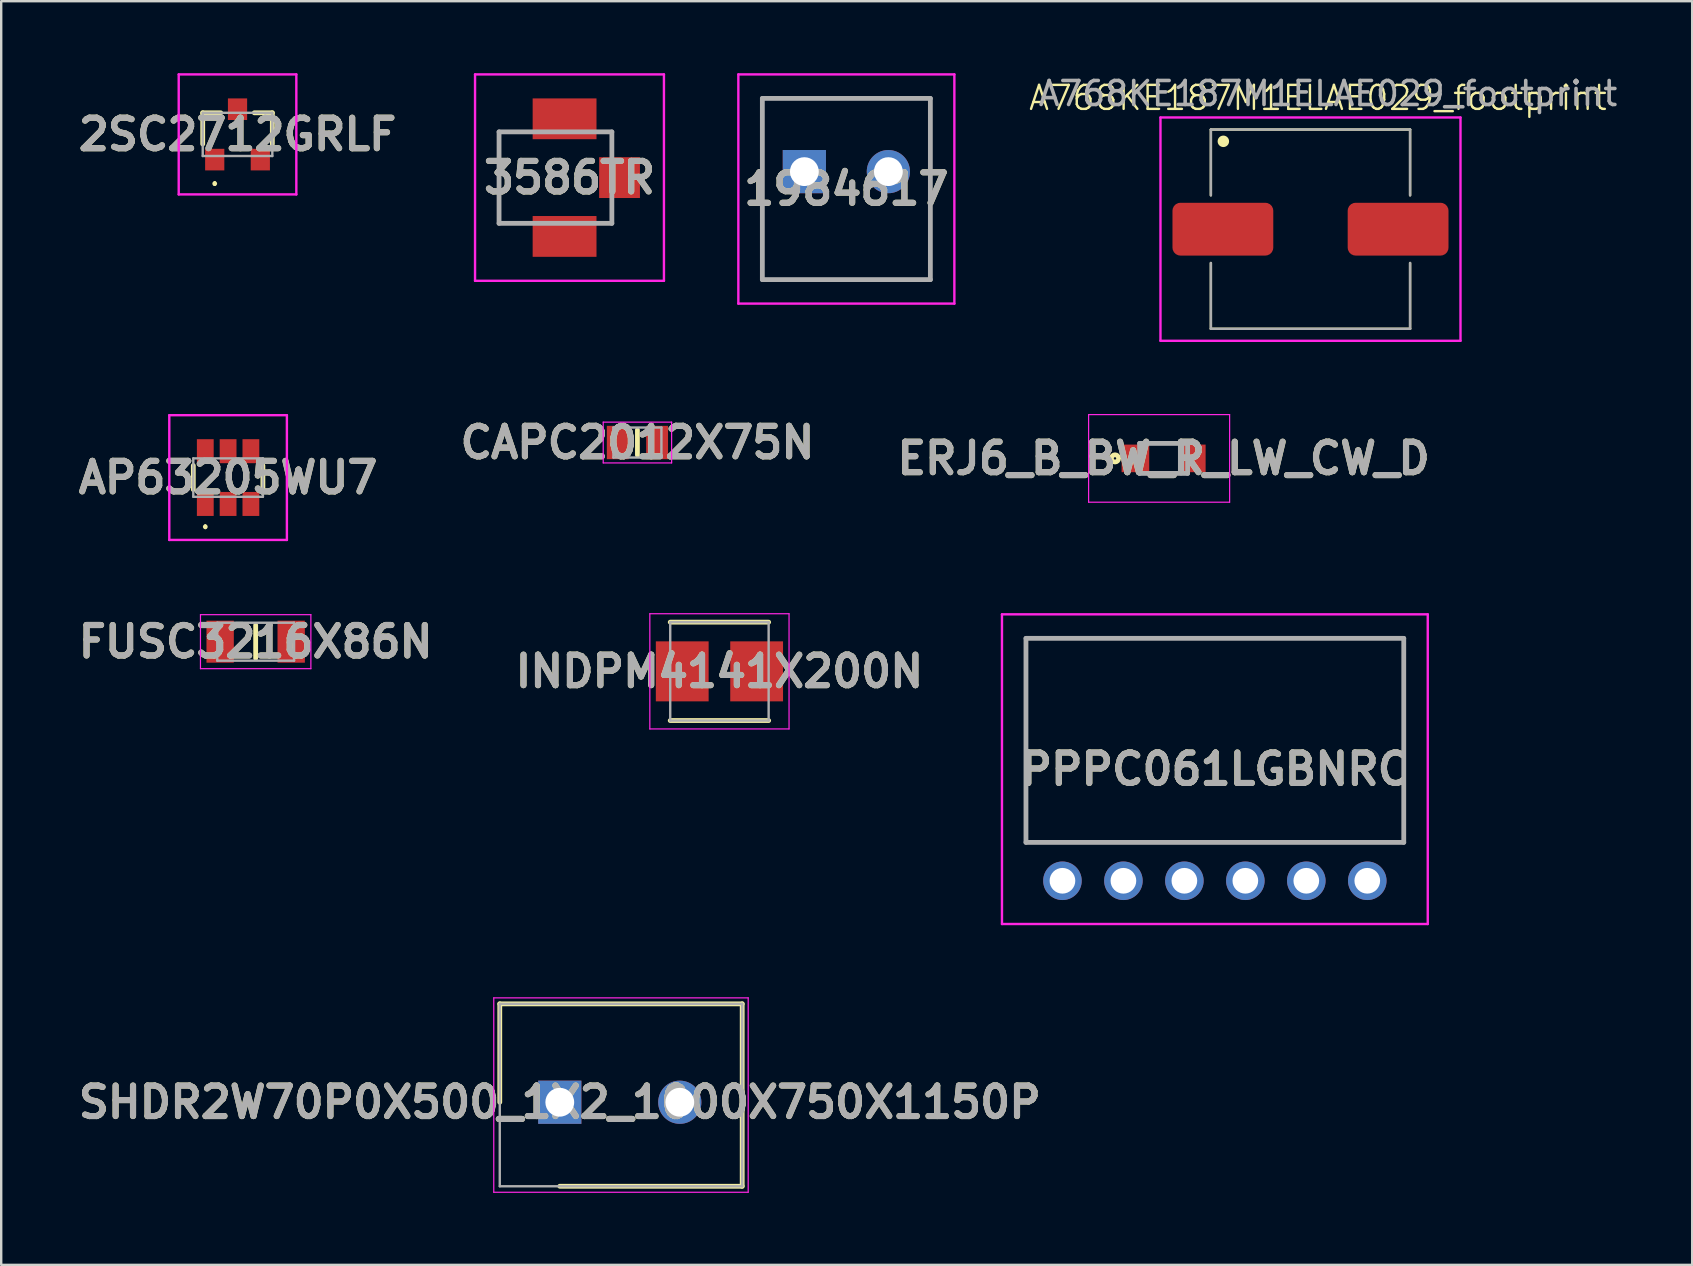
<source format=kicad_pcb>
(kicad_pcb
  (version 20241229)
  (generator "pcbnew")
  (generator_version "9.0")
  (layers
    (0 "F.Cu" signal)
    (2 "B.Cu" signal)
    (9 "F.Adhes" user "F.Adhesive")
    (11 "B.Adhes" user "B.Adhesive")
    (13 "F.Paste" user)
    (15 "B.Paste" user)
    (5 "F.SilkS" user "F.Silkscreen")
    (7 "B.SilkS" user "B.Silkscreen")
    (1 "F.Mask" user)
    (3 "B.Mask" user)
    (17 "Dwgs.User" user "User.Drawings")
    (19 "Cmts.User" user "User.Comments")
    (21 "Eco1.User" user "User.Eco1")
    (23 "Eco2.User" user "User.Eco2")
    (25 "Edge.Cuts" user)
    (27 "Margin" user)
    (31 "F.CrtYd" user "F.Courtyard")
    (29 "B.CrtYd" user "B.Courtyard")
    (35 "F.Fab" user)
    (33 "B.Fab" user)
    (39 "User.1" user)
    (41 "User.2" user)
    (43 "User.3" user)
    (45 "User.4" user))
  (footprint "PPPC061LGBNRC"
    (layer "F.Cu")
    (at 41.215 33.646)
    (property "Reference" "PPPC061LGBNRC" (at 6.35 -4.649 0) (layer "F.SilkS") (effects (font (size 1.27 1.27) (thickness 0.254))))
    (attr through_hole)
    (fp_line (start -1.52 -10.1) (end 14.22 -10.1) (stroke (width 0.1) (type solid)) (layer "F.SilkS"))
    (fp_line (start -1.52 -1.6) (end -1.52 -10.1) (stroke (width 0.1) (type solid)) (layer "F.SilkS"))
    (fp_line (start 14.22 -10.1) (end 14.22 -1.6) (stroke (width 0.1) (type solid)) (layer "F.SilkS"))
    (fp_line (start 14.22 -1.6) (end -1.52 -1.6) (stroke (width 0.1) (type solid)) (layer "F.SilkS"))
    (fp_line (start -2.52 -11.1) (end 15.22 -11.1) (stroke (width 0.1) (type solid)) (layer "F.CrtYd"))
    (fp_line (start -2.52 1.802) (end -2.52 -11.1) (stroke (width 0.1) (type solid)) (layer "F.CrtYd"))
    (fp_line (start 15.22 -11.1) (end 15.22 1.802) (stroke (width 0.1) (type solid)) (layer "F.CrtYd"))
    (fp_line (start 15.22 1.802) (end -2.52 1.802) (stroke (width 0.1) (type solid)) (layer "F.CrtYd"))
    (fp_line (start -1.52 -10.1) (end 14.22 -10.1) (stroke (width 0.2) (type solid)) (layer "F.Fab"))
    (fp_line (start -1.52 -1.6) (end -1.52 -10.1) (stroke (width 0.2) (type solid)) (layer "F.Fab"))
    (fp_line (start 14.22 -10.1) (end 14.22 -1.6) (stroke (width 0.2) (type solid)) (layer "F.Fab"))
    (fp_line (start 14.22 -1.6) (end -1.52 -1.6) (stroke (width 0.2) (type solid)) (layer "F.Fab"))
    (fp_text user "${REFERENCE}" (at 6.35 -4.649 0) (layer "F.Fab") (effects (font (size 1.27 1.27) (thickness 0.254))))
    (pad "1" thru_hole circle (at 0 0) (size 1.605 1.605) (drill 1.07) (layers "*.Cu" "*.Mask"))
    (pad "2" thru_hole circle (at 2.54 0) (size 1.605 1.605) (drill 1.07) (layers "*.Cu" "*.Mask"))
    (pad "3" thru_hole circle (at 5.08 0) (size 1.605 1.605) (drill 1.07) (layers "*.Cu" "*.Mask"))
    (pad "4" thru_hole circle (at 7.62 0) (size 1.605 1.605) (drill 1.07) (layers "*.Cu" "*.Mask"))
    (pad "5" thru_hole circle (at 10.16 0) (size 1.605 1.605) (drill 1.07) (layers "*.Cu" "*.Mask"))
    (pad "6" thru_hole circle (at 12.7 0) (size 1.605 1.605) (drill 1.07) (layers "*.Cu" "*.Mask")))
  (footprint "ERJ6_B_BW_R_LW_CW_D"
    (layer "F.Cu")
    (at 45.43 16.048)
    (property "Reference" "ERJ6_B_BW_R_LW_CW_D" (at 0 0 0) (layer "F.SilkS") (effects (font (size 1.27 1.27) (thickness 0.254))))
    (attr smd)
    (fp_circle (center -2.025 0) (end -2.025 0.05) (stroke (width 0.2) (type solid)) (fill no) (layer "F.SilkS"))
    (fp_line (start -3.125 -1.825) (end 2.75 -1.825) (stroke (width 0.05) (type solid)) (layer "F.CrtYd"))
    (fp_line (start -3.125 1.825) (end -3.125 -1.825) (stroke (width 0.05) (type solid)) (layer "F.CrtYd"))
    (fp_line (start 2.75 -1.825) (end 2.75 1.825) (stroke (width 0.05) (type solid)) (layer "F.CrtYd"))
    (fp_line (start 2.75 1.825) (end -3.125 1.825) (stroke (width 0.05) (type solid)) (layer "F.CrtYd"))
    (fp_line (start -1 -0.625) (end 1 -0.625) (stroke (width 0.2) (type solid)) (layer "F.Fab"))
    (fp_line (start -1 0.625) (end -1 -0.625) (stroke (width 0.2) (type solid)) (layer "F.Fab"))
    (fp_line (start 1 -0.625) (end 1 0.625) (stroke (width 0.2) (type solid)) (layer "F.Fab"))
    (fp_line (start 1 0.625) (end -1 0.625) (stroke (width 0.2) (type solid)) (layer "F.Fab"))
    (fp_text user "${REFERENCE}" (at 0 0 0) (layer "F.Fab") (effects (font (size 1.27 1.27) (thickness 0.254))))
    (pad "1" smd rect (at -1.175 0 90) (size 1.15 1.15) (layers "F.Cu" "F.Mask" "F.Paste"))
    (pad "2" smd rect (at 1.175 0 90) (size 1.15 1.15) (layers "F.Cu" "F.Mask" "F.Paste")))
  (footprint "AP63205WU7"
    (layer "F.Cu")
    (at 6.453 16.847)
    (property "Reference" "AP63205WU7" (at 0 0 0) (layer "F.SilkS") (effects (font (size 1.27 1.27) (thickness 0.254))))
    (attr smd)
    (fp_line (start -1.45 -0.5) (end -1.45 0.5) (stroke (width 0.2) (type solid)) (layer "F.SilkS"))
    (fp_line (start -0.95 2) (end -0.95 2) (stroke (width 0.1) (type solid)) (layer "F.SilkS"))
    (fp_line (start -0.95 2.1) (end -0.95 2.1) (stroke (width 0.1) (type solid)) (layer "F.SilkS"))
    (fp_line (start 1.45 -0.5) (end 1.45 0.5) (stroke (width 0.2) (type solid)) (layer "F.SilkS"))
    (fp_arc (start -0.95 2) (mid -0.9 2.05) (end -0.95 2.1) (stroke (width 0.1) (type solid)) (layer "F.SilkS"))
    (fp_arc (start -0.95 2.1) (mid -1 2.05) (end -0.95 2) (stroke (width 0.1) (type solid)) (layer "F.SilkS"))
    (fp_line (start -2.45 -2.599) (end 2.45 -2.599) (stroke (width 0.1) (type solid)) (layer "F.CrtYd"))
    (fp_line (start -2.45 2.599) (end -2.45 -2.599) (stroke (width 0.1) (type solid)) (layer "F.CrtYd"))
    (fp_line (start 2.45 -2.599) (end 2.45 2.599) (stroke (width 0.1) (type solid)) (layer "F.CrtYd"))
    (fp_line (start 2.45 2.599) (end -2.45 2.599) (stroke (width 0.1) (type solid)) (layer "F.CrtYd"))
    (fp_line (start -1.45 -0.8) (end 1.45 -0.8) (stroke (width 0.1) (type solid)) (layer "F.Fab"))
    (fp_line (start -1.45 0.8) (end -1.45 -0.8) (stroke (width 0.1) (type solid)) (layer "F.Fab"))
    (fp_line (start 1.45 -0.8) (end 1.45 0.8) (stroke (width 0.1) (type solid)) (layer "F.Fab"))
    (fp_line (start 1.45 0.8) (end -1.45 0.8) (stroke (width 0.1) (type solid)) (layer "F.Fab"))
    (fp_text user "${REFERENCE}" (at 0 0 0) (layer "F.Fab") (effects (font (size 1.27 1.27) (thickness 0.254))))
    (pad "1" smd rect (at -0.95 1.099) (size 0.7 1) (layers "F.Cu" "F.Mask" "F.Paste"))
    (pad "2" smd rect (at 0 1.099) (size 0.7 1) (layers "F.Cu" "F.Mask" "F.Paste"))
    (pad "3" smd rect (at 0.95 1.099) (size 0.7 1) (layers "F.Cu" "F.Mask" "F.Paste"))
    (pad "4" smd rect (at 0.95 -1.099) (size 0.7 1) (layers "F.Cu" "F.Mask" "F.Paste"))
    (pad "5" smd rect (at 0 -1.099) (size 0.7 1) (layers "F.Cu" "F.Mask" "F.Paste"))
    (pad "6" smd rect (at -0.95 -1.099) (size 0.7 1) (layers "F.Cu" "F.Mask" "F.Paste")))
  (footprint "3586TR"
    (layer "F.Cu")
    (at 20.472 4.35)
    (property "Reference" "3586TR" (at 0.205 0 0) (layer "F.SilkS") (effects (font (size 1.27 1.27) (thickness 0.254))))
    (attr smd)
    (fp_line (start -2.73 -1.905) (end -2.73 1.905) (stroke (width 0.1) (type solid)) (layer "F.SilkS"))
    (fp_line (start -2.73 1.905) (end -1.82 1.905) (stroke (width 0.1) (type solid)) (layer "F.SilkS"))
    (fp_line (start -1.82 -1.905) (end -2.73 -1.905) (stroke (width 0.1) (type solid)) (layer "F.SilkS"))
    (fp_line (start -3.73 -4.3) (end 4.14 -4.3) (stroke (width 0.1) (type solid)) (layer "F.CrtYd"))
    (fp_line (start -3.73 4.3) (end -3.73 -4.3) (stroke (width 0.1) (type solid)) (layer "F.CrtYd"))
    (fp_line (start 4.14 -4.3) (end 4.14 4.3) (stroke (width 0.1) (type solid)) (layer "F.CrtYd"))
    (fp_line (start 4.14 4.3) (end -3.73 4.3) (stroke (width 0.1) (type solid)) (layer "F.CrtYd"))
    (fp_line (start -2.73 -1.905) (end 1.97 -1.905) (stroke (width 0.2) (type solid)) (layer "F.Fab"))
    (fp_line (start -2.73 1.905) (end -2.73 -1.905) (stroke (width 0.2) (type solid)) (layer "F.Fab"))
    (fp_line (start 1.97 -1.905) (end 1.97 1.905) (stroke (width 0.2) (type solid)) (layer "F.Fab"))
    (fp_line (start 1.97 1.905) (end -2.73 1.905) (stroke (width 0.2) (type solid)) (layer "F.Fab"))
    (fp_text user "${REFERENCE}" (at 0.205 0 0) (layer "F.Fab") (effects (font (size 1.27 1.27) (thickness 0.254))))
    (pad "1" smd rect (at 0 2.45 90) (size 1.7 2.66) (layers "F.Cu" "F.Mask" "F.Paste"))
    (pad "2" smd rect (at 2.29 0 90) (size 1.7 1.7) (layers "F.Cu" "F.Mask" "F.Paste"))
    (pad "3" smd rect (at 0 -2.45 90) (size 1.7 2.66) (layers "F.Cu" "F.Mask" "F.Paste")))
  (footprint "SHDR2W70P0X500_1X2_1000X750X1150P"
    (layer "F.Cu")
    (at 20.272 42.873)
    (property "Reference" "SHDR2W70P0X500_1X2_1000X750X1150P" (at 0 0 0) (layer "F.SilkS") (effects (font (size 1.27 1.27) (thickness 0.254))))
    (attr through_hole)
    (fp_line (start -2.5 -4.1) (end -2.5 0) (stroke (width 0.2) (type solid)) (layer "F.SilkS"))
    (fp_line (start 0 3.5) (end 7.6 3.5) (stroke (width 0.2) (type solid)) (layer "F.SilkS"))
    (fp_line (start 7.6 -4.1) (end -2.5 -4.1) (stroke (width 0.2) (type solid)) (layer "F.SilkS"))
    (fp_line (start 7.6 3.5) (end 7.6 -4.1) (stroke (width 0.2) (type solid)) (layer "F.SilkS"))
    (fp_line (start -2.75 -4.35) (end 7.85 -4.35) (stroke (width 0.05) (type solid)) (layer "F.CrtYd"))
    (fp_line (start -2.75 3.75) (end -2.75 -4.35) (stroke (width 0.05) (type solid)) (layer "F.CrtYd"))
    (fp_line (start 7.85 -4.35) (end 7.85 3.75) (stroke (width 0.05) (type solid)) (layer "F.CrtYd"))
    (fp_line (start 7.85 3.75) (end -2.75 3.75) (stroke (width 0.05) (type solid)) (layer "F.CrtYd"))
    (fp_line (start -2.5 -4.1) (end 7.6 -4.1) (stroke (width 0.1) (type solid)) (layer "F.Fab"))
    (fp_line (start -2.5 3.5) (end -2.5 -4.1) (stroke (width 0.1) (type solid)) (layer "F.Fab"))
    (fp_line (start 7.6 -4.1) (end 7.6 3.5) (stroke (width 0.1) (type solid)) (layer "F.Fab"))
    (fp_line (start 7.6 3.5) (end -2.5 3.5) (stroke (width 0.1) (type solid)) (layer "F.Fab"))
    (fp_text user "${REFERENCE}" (at 0 0 0) (layer "F.Fab") (effects (font (size 1.27 1.27) (thickness 0.254))))
    (pad "1" thru_hole rect (at 0 0) (size 1.8 1.8) (drill 1.2) (layers "*.Cu" "*.Mask"))
    (pad "2" thru_hole circle (at 5 0) (size 1.8 1.8) (drill 1.2) (layers "*.Cu" "*.Mask")))
  (footprint "A768KE187M1ELAE029_footprint"
    (layer "F.Cu")
    (at 45.799 6.498)
    (property "Reference" "A768KE187M1ELAE029_footprint" (at 6.06 -5.47 0) (unlocked yes) (layer "F.SilkS") (effects (font (size 1 1) (thickness 0.1))))
    (attr smd)
    (fp_line (start 1.6 -4.15) (end 1.6 -1.41) (stroke (width 0.1) (type solid)) (layer "F.SilkS"))
    (fp_line (start 1.6 -4.15) (end 9.9 -4.15) (stroke (width 0.1) (type solid)) (layer "F.SilkS"))
    (fp_line (start 1.6 1.41) (end 1.6 4.15) (stroke (width 0.1) (type solid)) (layer "F.SilkS"))
    (fp_line (start 1.6 4.15) (end 9.9 4.15) (stroke (width 0.1) (type solid)) (layer "F.SilkS"))
    (fp_line (start 9.9 -4.15) (end 9.9 -1.41) (stroke (width 0.1) (type solid)) (layer "F.SilkS"))
    (fp_line (start 9.9 1.41) (end 9.9 4.15) (stroke (width 0.1) (type solid)) (layer "F.SilkS"))
    (fp_circle (center 2.12 -3.66) (end 2.22 -3.5) (stroke (width 0.1) (type default)) (fill yes) (layer "F.SilkS"))
    (fp_line (start -0.5 -4.653) (end 12 -4.653) (stroke (width 0.1) (type solid)) (layer "F.CrtYd"))
    (fp_line (start -0.5 4.65) (end -0.5 -4.653) (stroke (width 0.1) (type solid)) (layer "F.CrtYd"))
    (fp_line (start -0.5 4.65) (end 12 4.65) (stroke (width 0.1) (type solid)) (layer "F.CrtYd"))
    (fp_line (start 12 4.65) (end 12 -4.653) (stroke (width 0.1) (type solid)) (layer "F.CrtYd"))
    (fp_line (start 1.6 -4.15) (end 1.6 -1.41) (stroke (width 0.1) (type solid)) (layer "F.Fab"))
    (fp_line (start 1.6 -4.15) (end 9.9 -4.15) (stroke (width 0.1) (type solid)) (layer "F.Fab"))
    (fp_line (start 1.6 1.41) (end 1.6 4.15) (stroke (width 0.1) (type solid)) (layer "F.Fab"))
    (fp_line (start 1.6 4.15) (end 9.9 4.15) (stroke (width 0.1) (type solid)) (layer "F.Fab"))
    (fp_line (start 9.9 -4.15) (end 9.9 -1.41) (stroke (width 0.1) (type solid)) (layer "F.Fab"))
    (fp_line (start 9.9 1.41) (end 9.9 4.15) (stroke (width 0.1) (type solid)) (layer "F.Fab"))
    (fp_text user "${REFERENCE}" (at 6.48 -5.65 0) (unlocked yes) (layer "F.Fab") (effects (font (size 1 1) (thickness 0.15))))
    (pad "1" smd roundrect (at 2.1 0) (size 4.2 2.2) (layers "F.Cu" "F.Mask" "F.Paste") (roundrect_rratio 0.15))
    (pad "2" smd roundrect (at 9.4 0) (size 4.2 2.2) (layers "F.Cu" "F.Mask" "F.Paste") (roundrect_rratio 0.15)))
  (footprint "1984617"
    (layer "F.Cu")
    (at 30.462 4.1)
    (property "Reference" "1984617" (at 1.75 0.725 0) (layer "F.SilkS") (effects (font (size 1.27 1.27) (thickness 0.254))))
    (attr through_hole)
    (fp_line (start -1.75 -3.05) (end 5.25 -3.05) (stroke (width 0.1) (type solid)) (layer "F.SilkS"))
    (fp_line (start -1.75 4.5) (end -1.75 -3.05) (stroke (width 0.1) (type solid)) (layer "F.SilkS"))
    (fp_line (start 5.25 -3.05) (end 5.25 4.5) (stroke (width 0.1) (type solid)) (layer "F.SilkS"))
    (fp_line (start 5.25 4.5) (end -1.75 4.5) (stroke (width 0.1) (type solid)) (layer "F.SilkS"))
    (fp_line (start -2.75 -4.05) (end 6.25 -4.05) (stroke (width 0.1) (type solid)) (layer "F.CrtYd"))
    (fp_line (start -2.75 5.5) (end -2.75 -4.05) (stroke (width 0.1) (type solid)) (layer "F.CrtYd"))
    (fp_line (start 6.25 -4.05) (end 6.25 5.5) (stroke (width 0.1) (type solid)) (layer "F.CrtYd"))
    (fp_line (start 6.25 5.5) (end -2.75 5.5) (stroke (width 0.1) (type solid)) (layer "F.CrtYd"))
    (fp_line (start -1.75 -3.05) (end -1.75 4.5) (stroke (width 0.2) (type solid)) (layer "F.Fab"))
    (fp_line (start -1.75 4.5) (end 5.25 4.5) (stroke (width 0.2) (type solid)) (layer "F.Fab"))
    (fp_line (start 5.25 -3.05) (end -1.75 -3.05) (stroke (width 0.2) (type solid)) (layer "F.Fab"))
    (fp_line (start 5.25 4.5) (end 5.25 -3.05) (stroke (width 0.2) (type solid)) (layer "F.Fab"))
    (fp_text user "${REFERENCE}" (at 1.75 0.725 0) (layer "F.Fab") (effects (font (size 1.27 1.27) (thickness 0.254))))
    (pad "1" thru_hole rect (at 0 0) (size 1.8 1.8) (drill 1.2) (layers "*.Cu" "*.Mask"))
    (pad "2" thru_hole circle (at 3.5 0) (size 1.8 1.8) (drill 1.2) (layers "*.Cu" "*.Mask")))
  (footprint "2SC2712GRLF"
    (layer "F.Cu")
    (at 6.846 2.55)
    (property "Reference" "2SC2712GRLF" (at 0 0 0) (layer "F.SilkS") (effects (font (size 1.27 1.27) (thickness 0.254))))
    (attr smd)
    (fp_line (start -1.45 -0.9) (end -1.45 0.4) (stroke (width 0.2) (type solid)) (layer "F.SilkS"))
    (fp_line (start -0.95 2) (end -0.95 2) (stroke (width 0.1) (type solid)) (layer "F.SilkS"))
    (fp_line (start -0.95 2.1) (end -0.95 2.1) (stroke (width 0.1) (type solid)) (layer "F.SilkS"))
    (fp_line (start -0.7 -0.9) (end -1.45 -0.9) (stroke (width 0.2) (type solid)) (layer "F.SilkS"))
    (fp_line (start 0.7 -0.9) (end 1.45 -0.9) (stroke (width 0.2) (type solid)) (layer "F.SilkS"))
    (fp_line (start 1.45 -0.9) (end 1.45 0.4) (stroke (width 0.2) (type solid)) (layer "F.SilkS"))
    (fp_arc (start -0.95 2) (mid -0.9 2.05) (end -0.95 2.1) (stroke (width 0.1) (type solid)) (layer "F.SilkS"))
    (fp_arc (start -0.95 2.1) (mid -1 2.05) (end -0.95 2) (stroke (width 0.1) (type solid)) (layer "F.SilkS"))
    (fp_line (start -2.45 -2.5) (end 2.45 -2.5) (stroke (width 0.1) (type solid)) (layer "F.CrtYd"))
    (fp_line (start -2.45 2.5) (end -2.45 -2.5) (stroke (width 0.1) (type solid)) (layer "F.CrtYd"))
    (fp_line (start 2.45 -2.5) (end 2.45 2.5) (stroke (width 0.1) (type solid)) (layer "F.CrtYd"))
    (fp_line (start 2.45 2.5) (end -2.45 2.5) (stroke (width 0.1) (type solid)) (layer "F.CrtYd"))
    (fp_line (start -1.45 -0.9) (end 1.45 -0.9) (stroke (width 0.1) (type solid)) (layer "F.Fab"))
    (fp_line (start -1.45 0.9) (end -1.45 -0.9) (stroke (width 0.1) (type solid)) (layer "F.Fab"))
    (fp_line (start 1.45 -0.9) (end 1.45 0.9) (stroke (width 0.1) (type solid)) (layer "F.Fab"))
    (fp_line (start 1.45 0.9) (end -1.45 0.9) (stroke (width 0.1) (type solid)) (layer "F.Fab"))
    (fp_text user "${REFERENCE}" (at 0 0 0) (layer "F.Fab") (effects (font (size 1.27 1.27) (thickness 0.254))))
    (pad "1" smd rect (at -0.95 1.05) (size 0.8 0.9) (layers "F.Cu" "F.Mask" "F.Paste"))
    (pad "2" smd rect (at 0.95 1.05) (size 0.8 0.9) (layers "F.Cu" "F.Mask" "F.Paste"))
    (pad "3" smd rect (at 0 -1.05) (size 0.8 0.9) (layers "F.Cu" "F.Mask" "F.Paste")))
  (footprint "CAPC2012X75N"
    (layer "F.Cu")
    (at 23.507 15.387)
    (property "Reference" "CAPC2012X75N" (at 0 0 0) (layer "F.SilkS") (effects (font (size 1.27 1.27) (thickness 0.254))))
    (attr smd)
    (fp_line (start 0 -0.525) (end 0 0.525) (stroke (width 0.2) (type solid)) (layer "F.SilkS"))
    (fp_line (start -1.425 -0.85) (end 1.425 -0.85) (stroke (width 0.05) (type solid)) (layer "F.CrtYd"))
    (fp_line (start -1.425 0.85) (end -1.425 -0.85) (stroke (width 0.05) (type solid)) (layer "F.CrtYd"))
    (fp_line (start 1.425 -0.85) (end 1.425 0.85) (stroke (width 0.05) (type solid)) (layer "F.CrtYd"))
    (fp_line (start 1.425 0.85) (end -1.425 0.85) (stroke (width 0.05) (type solid)) (layer "F.CrtYd"))
    (fp_line (start -1 -0.625) (end 1 -0.625) (stroke (width 0.1) (type solid)) (layer "F.Fab"))
    (fp_line (start -1 0.625) (end -1 -0.625) (stroke (width 0.1) (type solid)) (layer "F.Fab"))
    (fp_line (start 1 -0.625) (end 1 0.625) (stroke (width 0.1) (type solid)) (layer "F.Fab"))
    (fp_line (start 1 0.625) (end -1 0.625) (stroke (width 0.1) (type solid)) (layer "F.Fab"))
    (fp_text user "${REFERENCE}" (at 0 0 0) (layer "F.Fab") (effects (font (size 1.27 1.27) (thickness 0.254))))
    (pad "1" smd rect (at -0.82 0) (size 0.91 1.39) (layers "F.Cu" "F.Mask" "F.Paste"))
    (pad "2" smd rect (at 0.82 0) (size 0.91 1.39) (layers "F.Cu" "F.Mask" "F.Paste")))
  (footprint "FUSC3216X86N"
    (layer "F.Cu")
    (at 7.602 23.685)
    (property "Reference" "FUSC3216X86N" (at 0 0 0) (layer "F.SilkS") (effects (font (size 1.27 1.27) (thickness 0.254))))
    (attr smd)
    (fp_line (start 0 -0.69) (end 0 0.69) (stroke (width 0.2) (type solid)) (layer "F.SilkS"))
    (fp_line (start -2.3 -1.125) (end 2.3 -1.125) (stroke (width 0.05) (type solid)) (layer "F.CrtYd"))
    (fp_line (start -2.3 1.125) (end -2.3 -1.125) (stroke (width 0.05) (type solid)) (layer "F.CrtYd"))
    (fp_line (start 2.3 -1.125) (end 2.3 1.125) (stroke (width 0.05) (type solid)) (layer "F.CrtYd"))
    (fp_line (start 2.3 1.125) (end -2.3 1.125) (stroke (width 0.05) (type solid)) (layer "F.CrtYd"))
    (fp_line (start -1.6 -0.79) (end 1.6 -0.79) (stroke (width 0.1) (type solid)) (layer "F.Fab"))
    (fp_line (start -1.6 0.79) (end -1.6 -0.79) (stroke (width 0.1) (type solid)) (layer "F.Fab"))
    (fp_line (start 1.6 -0.79) (end 1.6 0.79) (stroke (width 0.1) (type solid)) (layer "F.Fab"))
    (fp_line (start 1.6 0.79) (end -1.6 0.79) (stroke (width 0.1) (type solid)) (layer "F.Fab"))
    (fp_text user "${REFERENCE}" (at 0 0 0) (layer "F.Fab") (effects (font (size 1.27 1.27) (thickness 0.254))))
    (pad "1" smd rect (at -1.48 0) (size 1.14 1.75) (layers "F.Cu" "F.Mask" "F.Paste"))
    (pad "2" smd rect (at 1.48 0) (size 1.14 1.75) (layers "F.Cu" "F.Mask" "F.Paste")))
  (footprint "INDPM4141X200N"
    (layer "F.Cu")
    (at 26.924 24.921)
    (property "Reference" "INDPM4141X200N" (at 0 0 0) (layer "F.SilkS") (effects (font (size 1.27 1.27) (thickness 0.254))))
    (attr smd)
    (fp_line (start -2.05 2.05) (end 2.05 2.05) (stroke (width 0.2) (type solid)) (layer "F.SilkS"))
    (fp_line (start 2.05 -2.05) (end -2.05 -2.05) (stroke (width 0.2) (type solid)) (layer "F.SilkS"))
    (fp_line (start -2.9 -2.4) (end 2.9 -2.4) (stroke (width 0.05) (type solid)) (layer "F.CrtYd"))
    (fp_line (start -2.9 2.4) (end -2.9 -2.4) (stroke (width 0.05) (type solid)) (layer "F.CrtYd"))
    (fp_line (start 2.9 -2.4) (end 2.9 2.4) (stroke (width 0.05) (type solid)) (layer "F.CrtYd"))
    (fp_line (start 2.9 2.4) (end -2.9 2.4) (stroke (width 0.05) (type solid)) (layer "F.CrtYd"))
    (fp_line (start -2.05 -2.05) (end 2.05 -2.05) (stroke (width 0.1) (type solid)) (layer "F.Fab"))
    (fp_line (start -2.05 2.05) (end -2.05 -2.05) (stroke (width 0.1) (type solid)) (layer "F.Fab"))
    (fp_line (start 2.05 -2.05) (end 2.05 2.05) (stroke (width 0.1) (type solid)) (layer "F.Fab"))
    (fp_line (start 2.05 2.05) (end -2.05 2.05) (stroke (width 0.1) (type solid)) (layer "F.Fab"))
    (fp_text user "${REFERENCE}" (at 0 0 0) (layer "F.Fab") (effects (font (size 1.27 1.27) (thickness 0.254))))
    (pad "1" smd rect (at -1.55 0) (size 2.2 2.5) (layers "F.Cu" "F.Mask" "F.Paste"))
    (pad "2" smd rect (at 1.55 0) (size 2.2 2.5) (layers "F.Cu" "F.Mask" "F.Paste")))
  (gr_rect
    (start -3 -3)
    (end 67.452 49.648)
    (stroke (width 0.1) (type default))
    (fill no)
    (layer "Edge.Cuts")))
</source>
